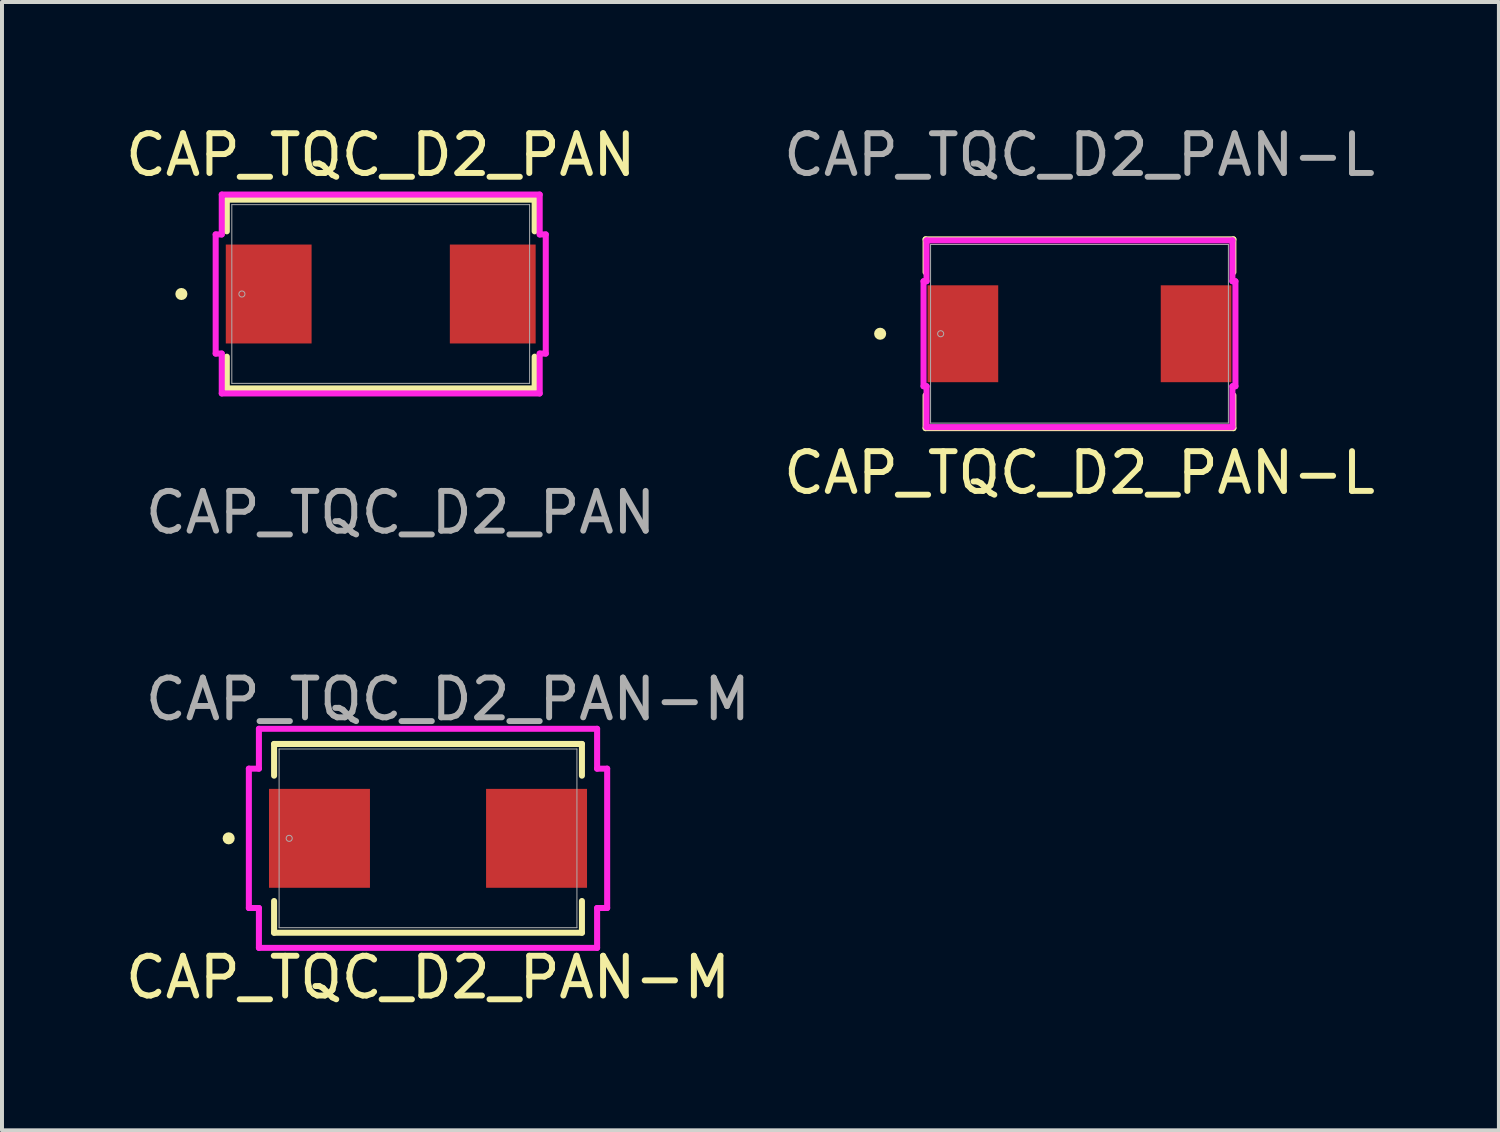
<source format=kicad_pcb>
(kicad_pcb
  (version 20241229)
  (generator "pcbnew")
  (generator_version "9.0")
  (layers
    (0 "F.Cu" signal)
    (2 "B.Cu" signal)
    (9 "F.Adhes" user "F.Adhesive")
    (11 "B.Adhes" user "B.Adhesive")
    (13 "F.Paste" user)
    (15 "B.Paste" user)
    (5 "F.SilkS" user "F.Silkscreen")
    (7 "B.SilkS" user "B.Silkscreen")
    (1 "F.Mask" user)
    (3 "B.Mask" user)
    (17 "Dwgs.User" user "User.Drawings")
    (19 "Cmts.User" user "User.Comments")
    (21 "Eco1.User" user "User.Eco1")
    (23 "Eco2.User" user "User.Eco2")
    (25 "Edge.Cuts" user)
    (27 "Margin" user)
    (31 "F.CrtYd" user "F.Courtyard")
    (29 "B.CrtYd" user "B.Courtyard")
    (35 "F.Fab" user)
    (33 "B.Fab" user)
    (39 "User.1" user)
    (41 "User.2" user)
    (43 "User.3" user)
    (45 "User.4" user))
  (footprint "CAP_TQC_D2_PAN"
    (layer "F.Cu")
    (at 6.53 4.348)
    (property "Reference" "CAP_TQC_D2_PAN" (at 0 -3.5 0) (unlocked yes) (layer "F.SilkS") (effects (font (size 1 1) (thickness 0.15))))
    (attr smd)
    (fp_line (start -3.873 -2.375) (end -3.873 -1.577) (stroke (width 0.152) (type solid)) (layer "F.SilkS"))
    (fp_line (start -3.873 1.577) (end -3.873 2.375) (stroke (width 0.152) (type solid)) (layer "F.SilkS"))
    (fp_line (start -3.873 2.375) (end 3.873 2.375) (stroke (width 0.152) (type solid)) (layer "F.SilkS"))
    (fp_line (start 3.873 -2.375) (end -3.873 -2.375) (stroke (width 0.152) (type solid)) (layer "F.SilkS"))
    (fp_line (start 3.873 -1.577) (end 3.873 -2.375) (stroke (width 0.152) (type solid)) (layer "F.SilkS"))
    (fp_line (start 3.873 2.375) (end 3.873 1.577) (stroke (width 0.152) (type solid)) (layer "F.SilkS"))
    (fp_circle (center -5.016 0) (end -4.94 0) (stroke (width 0.152) (type solid)) (fill no) (layer "F.SilkS"))
    (fp_line (start -4.153 -1.499) (end -4 -1.499) (stroke (width 0.152) (type solid)) (layer "F.CrtYd"))
    (fp_line (start -4.153 1.499) (end -4.153 -1.499) (stroke (width 0.152) (type solid)) (layer "F.CrtYd"))
    (fp_line (start -4 -2.502) (end 4 -2.502) (stroke (width 0.152) (type solid)) (layer "F.CrtYd"))
    (fp_line (start -4 -1.499) (end -4 -2.502) (stroke (width 0.152) (type solid)) (layer "F.CrtYd"))
    (fp_line (start -4 1.499) (end -4.153 1.499) (stroke (width 0.152) (type solid)) (layer "F.CrtYd"))
    (fp_line (start -4 2.502) (end -4 1.499) (stroke (width 0.152) (type solid)) (layer "F.CrtYd"))
    (fp_line (start 4 -2.502) (end 4 -1.499) (stroke (width 0.152) (type solid)) (layer "F.CrtYd"))
    (fp_line (start 4 -1.499) (end 4.153 -1.499) (stroke (width 0.152) (type solid)) (layer "F.CrtYd"))
    (fp_line (start 4 1.499) (end 4 2.502) (stroke (width 0.152) (type solid)) (layer "F.CrtYd"))
    (fp_line (start 4 2.502) (end -4 2.502) (stroke (width 0.152) (type solid)) (layer "F.CrtYd"))
    (fp_line (start 4.153 -1.499) (end 4.153 1.499) (stroke (width 0.152) (type solid)) (layer "F.CrtYd"))
    (fp_line (start 4.153 1.499) (end 4 1.499) (stroke (width 0.152) (type solid)) (layer "F.CrtYd"))
    (fp_line (start -3.747 -2.248) (end -3.747 2.248) (stroke (width 0.025) (type solid)) (layer "F.Fab"))
    (fp_line (start -3.747 2.248) (end 3.747 2.248) (stroke (width 0.025) (type solid)) (layer "F.Fab"))
    (fp_line (start 3.747 -2.248) (end -3.747 -2.248) (stroke (width 0.025) (type solid)) (layer "F.Fab"))
    (fp_line (start 3.747 2.248) (end 3.747 -2.248) (stroke (width 0.025) (type solid)) (layer "F.Fab"))
    (fp_circle (center -3.493 0) (end -3.416 0) (stroke (width 0.025) (type solid)) (fill no) (layer "F.Fab"))
    (fp_text user "${REFERENCE}" (at 0.5 5.5 0) (unlocked yes) (layer "F.Fab") (effects (font (size 1 1) (thickness 0.15))))
    (pad "1" smd rect (at -2.819 0 90) (size 2.489 2.159) (layers "F.Cu" "F.Mask" "F.Paste"))
    (pad "2" smd rect (at 2.819 0 90) (size 2.489 2.159) (layers "F.Cu" "F.Mask" "F.Paste"))
    (zone (net_name "") (layer "F.Cu") (hatch full 0.508) (connect_pads) (min_thickness 0.254) (filled_areas_thickness no) (keepout (tracks not_allowed) (vias not_allowed) (pads allowed) (copperpour not_allowed) (footprints allowed)) (placement (enabled no)) (fill) (polygon (pts (xy 2.834 2.151) (xy 10.225 2.151) (xy 10.225 3.053) (xy 2.834 3.053))))
    (zone (net_name "") (layer "F.Cu") (hatch full 0.508) (connect_pads) (min_thickness 0.254) (filled_areas_thickness no) (keepout (tracks not_allowed) (vias not_allowed) (pads allowed) (copperpour not_allowed) (footprints allowed)) (placement (enabled no)) (fill) (polygon (pts (xy 2.834 5.644) (xy 10.225 5.644) (xy 10.225 6.545) (xy 2.834 6.545))))
    (zone (net_name "") (layer "F.Cu") (hatch full 0.508) (connect_pads) (min_thickness 0.254) (filled_areas_thickness no) (keepout (tracks not_allowed) (vias not_allowed) (pads allowed) (copperpour not_allowed) (footprints allowed)) (placement (enabled no)) (fill) (polygon (pts (xy 4.841 3.053) (xy 8.219 3.053) (xy 8.219 5.644) (xy 4.841 5.644)))))
  (footprint "CAP_TQC_D2_PAN-M"
    (layer "F.Cu")
    (at 7.72 18.045)
    (property "Reference" "CAP_TQC_D2_PAN-M" (at 0 3.5 0) (unlocked yes) (layer "F.SilkS") (effects (font (size 1 1) (thickness 0.15))))
    (attr smd)
    (fp_line (start -3.873 -2.375) (end -3.873 -1.577) (stroke (width 0.152) (type solid)) (layer "F.SilkS"))
    (fp_line (start -3.873 1.577) (end -3.873 2.375) (stroke (width 0.152) (type solid)) (layer "F.SilkS"))
    (fp_line (start -3.873 2.375) (end 3.873 2.375) (stroke (width 0.152) (type solid)) (layer "F.SilkS"))
    (fp_line (start 3.873 -2.375) (end -3.873 -2.375) (stroke (width 0.152) (type solid)) (layer "F.SilkS"))
    (fp_line (start 3.873 -1.577) (end 3.873 -2.375) (stroke (width 0.152) (type solid)) (layer "F.SilkS"))
    (fp_line (start 3.873 2.375) (end 3.873 1.577) (stroke (width 0.152) (type solid)) (layer "F.SilkS"))
    (fp_circle (center -5.016 0) (end -4.94 0) (stroke (width 0.152) (type solid)) (fill no) (layer "F.SilkS"))
    (fp_line (start -4.508 -1.753) (end -4.255 -1.753) (stroke (width 0.152) (type solid)) (layer "F.CrtYd"))
    (fp_line (start -4.508 1.753) (end -4.508 -1.753) (stroke (width 0.152) (type solid)) (layer "F.CrtYd"))
    (fp_line (start -4.255 -2.756) (end 4.255 -2.756) (stroke (width 0.152) (type solid)) (layer "F.CrtYd"))
    (fp_line (start -4.255 -1.753) (end -4.255 -2.756) (stroke (width 0.152) (type solid)) (layer "F.CrtYd"))
    (fp_line (start -4.255 1.753) (end -4.508 1.753) (stroke (width 0.152) (type solid)) (layer "F.CrtYd"))
    (fp_line (start -4.255 2.756) (end -4.255 1.753) (stroke (width 0.152) (type solid)) (layer "F.CrtYd"))
    (fp_line (start 4.255 -2.756) (end 4.255 -1.753) (stroke (width 0.152) (type solid)) (layer "F.CrtYd"))
    (fp_line (start 4.255 -1.753) (end 4.508 -1.753) (stroke (width 0.152) (type solid)) (layer "F.CrtYd"))
    (fp_line (start 4.255 1.753) (end 4.255 2.756) (stroke (width 0.152) (type solid)) (layer "F.CrtYd"))
    (fp_line (start 4.255 2.756) (end -4.255 2.756) (stroke (width 0.152) (type solid)) (layer "F.CrtYd"))
    (fp_line (start 4.508 -1.753) (end 4.508 1.753) (stroke (width 0.152) (type solid)) (layer "F.CrtYd"))
    (fp_line (start 4.508 1.753) (end 4.255 1.753) (stroke (width 0.152) (type solid)) (layer "F.CrtYd"))
    (fp_line (start -3.747 -2.248) (end -3.747 2.248) (stroke (width 0.025) (type solid)) (layer "F.Fab"))
    (fp_line (start -3.747 2.248) (end 3.747 2.248) (stroke (width 0.025) (type solid)) (layer "F.Fab"))
    (fp_line (start 3.747 -2.248) (end -3.747 -2.248) (stroke (width 0.025) (type solid)) (layer "F.Fab"))
    (fp_line (start 3.747 2.248) (end 3.747 -2.248) (stroke (width 0.025) (type solid)) (layer "F.Fab"))
    (fp_circle (center -3.493 0) (end -3.416 0) (stroke (width 0.025) (type solid)) (fill no) (layer "F.Fab"))
    (fp_text user "${REFERENCE}" (at 0.5 -3.5 0) (unlocked yes) (layer "F.Fab") (effects (font (size 1 1) (thickness 0.15))))
    (pad "1" smd rect (at -2.731 0 90) (size 2.489 2.54) (layers "F.Cu" "F.Mask" "F.Paste"))
    (pad "2" smd rect (at 2.731 0 90) (size 2.489 2.54) (layers "F.Cu" "F.Mask" "F.Paste"))
    (zone (net_name "") (layer "F.Cu") (hatch full 0.508) (connect_pads) (min_thickness 0.254) (filled_areas_thickness no) (keepout (tracks not_allowed) (vias not_allowed) (pads allowed) (copperpour not_allowed) (footprints allowed)) (placement (enabled no)) (fill) (polygon (pts (xy 4.025 15.848) (xy 11.416 15.848) (xy 11.416 16.749) (xy 4.025 16.749))))
    (zone (net_name "") (layer "F.Cu") (hatch full 0.508) (connect_pads) (min_thickness 0.254) (filled_areas_thickness no) (keepout (tracks not_allowed) (vias not_allowed) (pads allowed) (copperpour not_allowed) (footprints allowed)) (placement (enabled no)) (fill) (polygon (pts (xy 4.025 19.34) (xy 11.416 19.34) (xy 11.416 20.242) (xy 4.025 20.242))))
    (zone (net_name "") (layer "F.Cu") (hatch full 0.508) (connect_pads) (min_thickness 0.254) (filled_areas_thickness no) (keepout (tracks not_allowed) (vias not_allowed) (pads allowed) (copperpour not_allowed) (footprints allowed)) (placement (enabled no)) (fill) (polygon (pts (xy 6.311 16.749) (xy 9.13 16.749) (xy 9.13 19.34) (xy 6.311 19.34)))))
  (footprint "CAP_TQC_D2_PAN-L"
    (layer "F.Cu")
    (at 24.113 5.348)
    (property "Reference" "CAP_TQC_D2_PAN-L" (at 0 3.5 0) (unlocked yes) (layer "F.SilkS") (effects (font (size 1 1) (thickness 0.15))))
    (attr smd)
    (fp_line (start -3.873 -2.375) (end -3.873 -1.548) (stroke (width 0.152) (type solid)) (layer "F.SilkS"))
    (fp_line (start -3.873 1.548) (end -3.873 2.375) (stroke (width 0.152) (type solid)) (layer "F.SilkS"))
    (fp_line (start -3.873 2.375) (end 3.873 2.375) (stroke (width 0.152) (type solid)) (layer "F.SilkS"))
    (fp_line (start 3.873 -2.375) (end -3.873 -2.375) (stroke (width 0.152) (type solid)) (layer "F.SilkS"))
    (fp_line (start 3.873 -1.548) (end 3.873 -2.375) (stroke (width 0.152) (type solid)) (layer "F.SilkS"))
    (fp_line (start 3.873 2.375) (end 3.873 1.548) (stroke (width 0.152) (type solid)) (layer "F.SilkS"))
    (fp_circle (center -5.016 0) (end -4.94 0) (stroke (width 0.152) (type solid)) (fill no) (layer "F.SilkS"))
    (fp_line (start -3.924 -1.321) (end -3.848 -1.321) (stroke (width 0.152) (type solid)) (layer "F.CrtYd"))
    (fp_line (start -3.924 1.321) (end -3.924 -1.321) (stroke (width 0.152) (type solid)) (layer "F.CrtYd"))
    (fp_line (start -3.848 -2.349) (end 3.848 -2.349) (stroke (width 0.152) (type solid)) (layer "F.CrtYd"))
    (fp_line (start -3.848 -1.321) (end -3.848 -2.349) (stroke (width 0.152) (type solid)) (layer "F.CrtYd"))
    (fp_line (start -3.848 1.321) (end -3.924 1.321) (stroke (width 0.152) (type solid)) (layer "F.CrtYd"))
    (fp_line (start -3.848 2.349) (end -3.848 1.321) (stroke (width 0.152) (type solid)) (layer "F.CrtYd"))
    (fp_line (start 3.848 -2.349) (end 3.848 -1.321) (stroke (width 0.152) (type solid)) (layer "F.CrtYd"))
    (fp_line (start 3.848 -1.321) (end 3.924 -1.321) (stroke (width 0.152) (type solid)) (layer "F.CrtYd"))
    (fp_line (start 3.848 1.321) (end 3.848 2.349) (stroke (width 0.152) (type solid)) (layer "F.CrtYd"))
    (fp_line (start 3.848 2.349) (end -3.848 2.349) (stroke (width 0.152) (type solid)) (layer "F.CrtYd"))
    (fp_line (start 3.924 -1.321) (end 3.924 1.321) (stroke (width 0.152) (type solid)) (layer "F.CrtYd"))
    (fp_line (start 3.924 1.321) (end 3.848 1.321) (stroke (width 0.152) (type solid)) (layer "F.CrtYd"))
    (fp_line (start -3.747 -2.248) (end -3.747 2.248) (stroke (width 0.025) (type solid)) (layer "F.Fab"))
    (fp_line (start -3.747 2.248) (end 3.747 2.248) (stroke (width 0.025) (type solid)) (layer "F.Fab"))
    (fp_line (start 3.747 -2.248) (end -3.747 -2.248) (stroke (width 0.025) (type solid)) (layer "F.Fab"))
    (fp_line (start 3.747 2.248) (end 3.747 -2.248) (stroke (width 0.025) (type solid)) (layer "F.Fab"))
    (fp_circle (center -3.493 0) (end -3.416 0) (stroke (width 0.025) (type solid)) (fill no) (layer "F.Fab"))
    (fp_text user "${REFERENCE}" (at 0 -4.5 0) (unlocked yes) (layer "F.Fab") (effects (font (size 1 1) (thickness 0.15))))
    (pad "1" smd rect (at -2.934 0 90) (size 2.438 1.778) (layers "F.Cu" "F.Mask" "F.Paste"))
    (pad "2" smd rect (at 2.934 0 90) (size 2.438 1.778) (layers "F.Cu" "F.Mask" "F.Paste"))
    (zone (net_name "") (layer "F.Cu") (hatch full 0.508) (connect_pads) (min_thickness 0.254) (filled_areas_thickness no) (keepout (tracks not_allowed) (vias not_allowed) (pads allowed) (copperpour not_allowed) (footprints allowed)) (placement (enabled no)) (fill) (polygon (pts (xy 20.417 3.151) (xy 27.809 3.151) (xy 27.809 4.053) (xy 20.417 4.053))))
    (zone (net_name "") (layer "F.Cu") (hatch full 0.508) (connect_pads) (min_thickness 0.254) (filled_areas_thickness no) (keepout (tracks not_allowed) (vias not_allowed) (pads allowed) (copperpour not_allowed) (footprints allowed)) (placement (enabled no)) (fill) (polygon (pts (xy 20.417 6.644) (xy 27.809 6.644) (xy 27.809 7.545) (xy 20.417 7.545))))
    (zone (net_name "") (layer "F.Cu") (hatch full 0.508) (connect_pads) (min_thickness 0.254) (filled_areas_thickness no) (keepout (tracks not_allowed) (vias not_allowed) (pads allowed) (copperpour not_allowed) (footprints allowed)) (placement (enabled no)) (fill) (polygon (pts (xy 22.119 4.053) (xy 26.107 4.053) (xy 26.107 6.644) (xy 22.119 6.644)))))
  (gr_rect
    (start -3 -3)
    (end 34.667 25.393)
    (stroke (width 0.1) (type default))
    (fill no)
    (layer "Edge.Cuts")))
</source>
